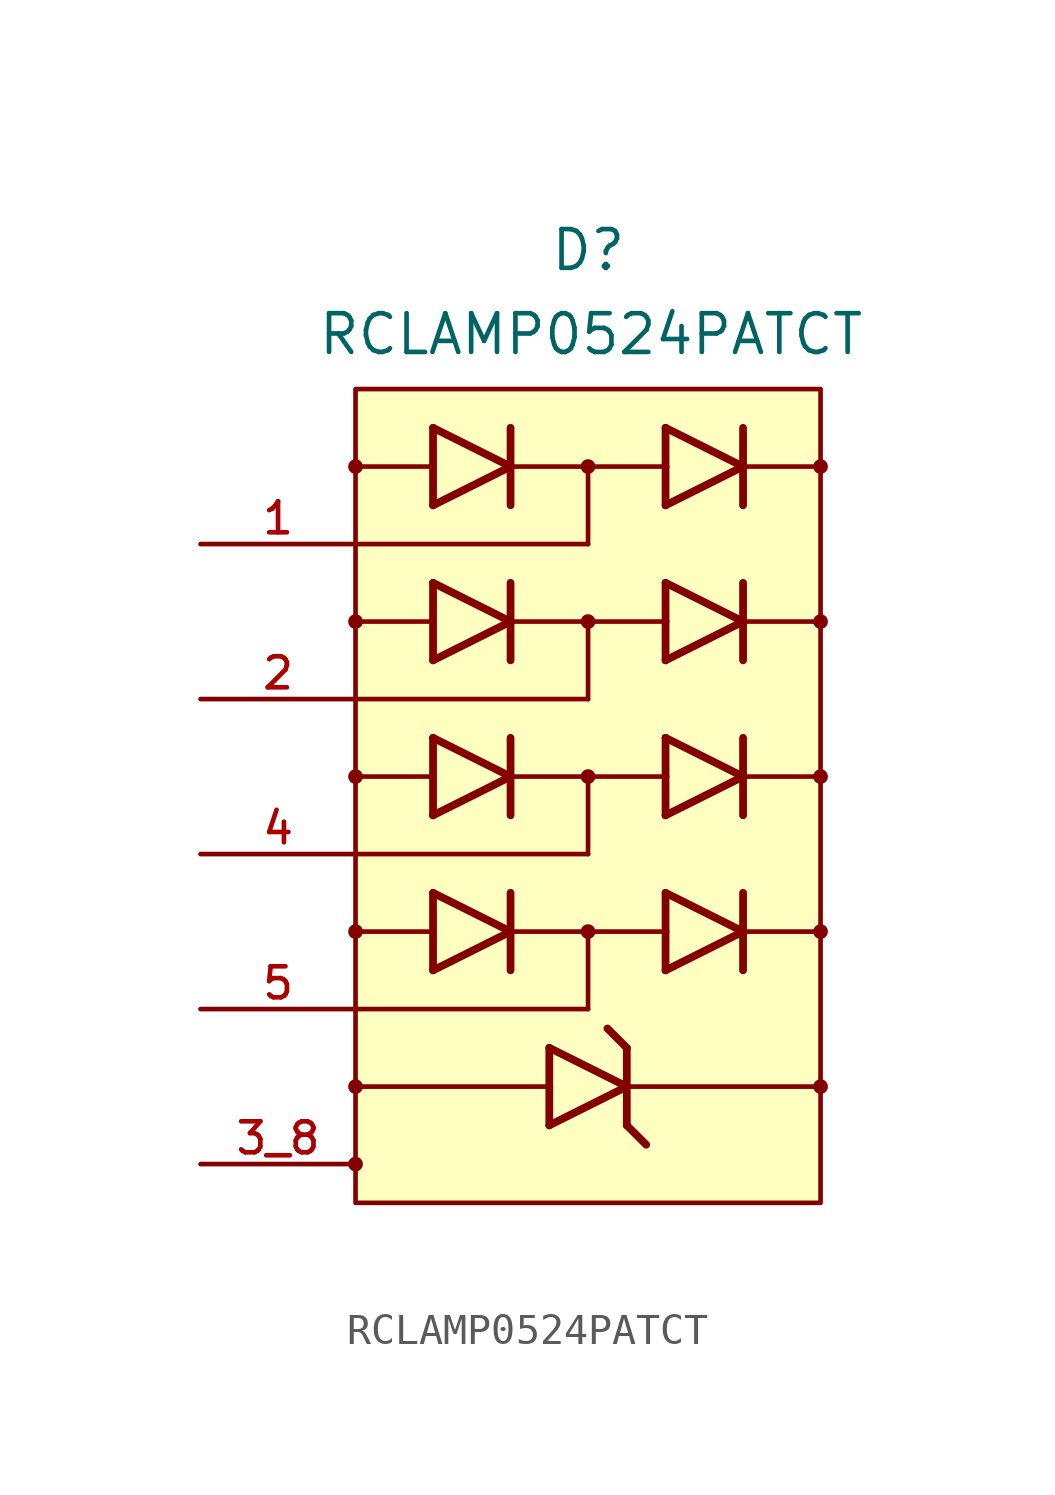
<source format=kicad_sym>
(kicad_symbol_lib
  (version 20220914)
  (generator kicad_symbol_editor)
  (symbol "RCLAMP0524PATCT"
    (pin_names
      (offset 1.016))
    (property "Reference" "D"
      (at -1.27 16.51 0)
      (effects (font (size 1.27 1.27)) (justify left bottom)))
    (property "Value" "RCLAMP0524PATCT"
      (at -8.89 15.24 0)
      (effects (font (size 1.27 1.27)) (justify left top)))
    (symbol "RCLAMP0524PATCT_0_0"
      (circle (center -7.62 -12.7) (radius 0.152) (stroke (width 0.178) (type default)) (fill (type none)))
      (circle (center -7.62 -10.16) (radius 0.152) (stroke (width 0.178) (type default)) (fill (type none)))
      (circle (center -7.62 -5.08) (radius 0.152) (stroke (width 0.178) (type default)) (fill (type none)))
      (circle (center -7.62 0) (radius 0.152) (stroke (width 0.178) (type default)) (fill (type none)))
      (circle (center -7.62 5.08) (radius 0.152) (stroke (width 0.178) (type default)) (fill (type none)))
      (circle (center -7.62 10.16) (radius 0.152) (stroke (width 0.178) (type default)) (fill (type none)))
      (rectangle (start -7.62 12.7) (end 7.62 -13.97) (stroke (width 0.152) (type default)) (fill (type background)))
      (circle (center 0 -5.08) (radius 0.152) (stroke (width 0.178) (type default)) (fill (type none)))
      (polyline (pts (xy -7.62 -10.16) (xy -1.27 -10.16)) (stroke (width 0.152) (type default)) (fill (type none)))
      (polyline (pts (xy -7.62 -5.08) (xy -5.08 -5.08)) (stroke (width 0.152) (type default)) (fill (type none)))
      (polyline (pts (xy -7.62 0) (xy -5.08 0)) (stroke (width 0.152) (type default)) (fill (type none)))
      (polyline (pts (xy -7.62 5.08) (xy -5.08 5.08)) (stroke (width 0.152) (type default)) (fill (type none)))
      (polyline (pts (xy -7.62 10.16) (xy -5.08 10.16)) (stroke (width 0.152) (type default)) (fill (type none)))
      (polyline (pts (xy -5.08 -6.35) (xy -2.54 -5.08)) (stroke (width 0.254) (type default)) (fill (type none)))
      (polyline (pts (xy -5.08 -3.81) (xy -5.08 -6.35)) (stroke (width 0.254) (type default)) (fill (type none)))
      (polyline (pts (xy -5.08 -1.27) (xy -2.54 0)) (stroke (width 0.254) (type default)) (fill (type none)))
      (polyline (pts (xy -5.08 1.27) (xy -5.08 -1.27)) (stroke (width 0.254) (type default)) (fill (type none)))
      (polyline (pts (xy -5.08 3.81) (xy -2.54 5.08)) (stroke (width 0.254) (type default)) (fill (type none)))
      (polyline (pts (xy -5.08 6.35) (xy -5.08 3.81)) (stroke (width 0.254) (type default)) (fill (type none)))
      (polyline (pts (xy -5.08 8.89) (xy -2.54 10.16)) (stroke (width 0.254) (type default)) (fill (type none)))
      (polyline (pts (xy -5.08 11.43) (xy -5.08 8.89)) (stroke (width 0.254) (type default)) (fill (type none)))
      (polyline (pts (xy -2.54 -5.08) (xy -5.08 -3.81)) (stroke (width 0.254) (type default)) (fill (type none)))
      (polyline (pts (xy -2.54 -5.08) (xy -2.54 -6.35)) (stroke (width 0.254) (type default)) (fill (type none)))
      (polyline (pts (xy -2.54 -5.08) (xy 0 -5.08)) (stroke (width 0.152) (type default)) (fill (type none)))
      (polyline (pts (xy -2.54 -3.81) (xy -2.54 -5.08)) (stroke (width 0.254) (type default)) (fill (type none)))
      (polyline (pts (xy -2.54 0) (xy -5.08 1.27)) (stroke (width 0.254) (type default)) (fill (type none)))
      (polyline (pts (xy -2.54 0) (xy -2.54 -1.27)) (stroke (width 0.254) (type default)) (fill (type none)))
      (polyline (pts (xy -2.54 0) (xy 0 0)) (stroke (width 0.152) (type default)) (fill (type none)))
      (polyline (pts (xy -2.54 1.27) (xy -2.54 0)) (stroke (width 0.254) (type default)) (fill (type none)))
      (polyline (pts (xy -2.54 5.08) (xy -5.08 6.35)) (stroke (width 0.254) (type default)) (fill (type none)))
      (polyline (pts (xy -2.54 5.08) (xy -2.54 3.81)) (stroke (width 0.254) (type default)) (fill (type none)))
      (polyline (pts (xy -2.54 5.08) (xy 0 5.08)) (stroke (width 0.152) (type default)) (fill (type none)))
      (polyline (pts (xy -2.54 6.35) (xy -2.54 5.08)) (stroke (width 0.254) (type default)) (fill (type none)))
      (polyline (pts (xy -2.54 10.16) (xy -5.08 11.43)) (stroke (width 0.254) (type default)) (fill (type none)))
      (polyline (pts (xy -2.54 10.16) (xy -2.54 8.89)) (stroke (width 0.254) (type default)) (fill (type none)))
      (polyline (pts (xy -2.54 10.16) (xy 0 10.16)) (stroke (width 0.152) (type default)) (fill (type none)))
      (polyline (pts (xy -2.54 11.43) (xy -2.54 10.16)) (stroke (width 0.254) (type default)) (fill (type none)))
      (polyline (pts (xy -1.27 -11.43) (xy 1.27 -10.16)) (stroke (width 0.254) (type default)) (fill (type none)))
      (polyline (pts (xy -1.27 -10.16) (xy -1.27 -11.43)) (stroke (width 0.254) (type default)) (fill (type none)))
      (polyline (pts (xy -1.27 -8.89) (xy -1.27 -10.16)) (stroke (width 0.254) (type default)) (fill (type none)))
      (polyline (pts (xy 0 -7.62) (xy -7.62 -7.62)) (stroke (width 0.152) (type default)) (fill (type none)))
      (polyline (pts (xy 0 -5.08) (xy 0 -7.62)) (stroke (width 0.152) (type default)) (fill (type none)))
      (polyline (pts (xy 0 -5.08) (xy 2.54 -5.08)) (stroke (width 0.152) (type default)) (fill (type none)))
      (polyline (pts (xy 0 -2.54) (xy -7.62 -2.54)) (stroke (width 0.152) (type default)) (fill (type none)))
      (polyline (pts (xy 0 0) (xy 0 -2.54)) (stroke (width 0.152) (type default)) (fill (type none)))
      (polyline (pts (xy 0 0) (xy 2.54 0)) (stroke (width 0.152) (type default)) (fill (type none)))
      (polyline (pts (xy 0 2.54) (xy -7.62 2.54)) (stroke (width 0.152) (type default)) (fill (type none)))
      (polyline (pts (xy 0 5.08) (xy 0 2.54)) (stroke (width 0.152) (type default)) (fill (type none)))
      (polyline (pts (xy 0 5.08) (xy 2.54 5.08)) (stroke (width 0.152) (type default)) (fill (type none)))
      (polyline (pts (xy 0 7.62) (xy -7.62 7.62)) (stroke (width 0.152) (type default)) (fill (type none)))
      (polyline (pts (xy 0 10.16) (xy 0 7.62)) (stroke (width 0.152) (type default)) (fill (type none)))
      (polyline (pts (xy 0 10.16) (xy 2.54 10.16)) (stroke (width 0.152) (type default)) (fill (type none)))
      (polyline (pts (xy 0.635 -8.255) (xy 1.27 -8.89)) (stroke (width 0.254) (type default)) (fill (type none)))
      (polyline (pts (xy 1.27 -11.43) (xy 1.905 -12.065)) (stroke (width 0.254) (type default)) (fill (type none)))
      (polyline (pts (xy 1.27 -10.16) (xy -1.27 -8.89)) (stroke (width 0.254) (type default)) (fill (type none)))
      (polyline (pts (xy 1.27 -10.16) (xy 1.27 -11.43)) (stroke (width 0.254) (type default)) (fill (type none)))
      (polyline (pts (xy 1.27 -10.16) (xy 7.62 -10.16)) (stroke (width 0.152) (type default)) (fill (type none)))
      (polyline (pts (xy 1.27 -8.89) (xy 1.27 -10.16)) (stroke (width 0.254) (type default)) (fill (type none)))
      (polyline (pts (xy 2.54 -6.35) (xy 5.08 -5.08)) (stroke (width 0.254) (type default)) (fill (type none)))
      (polyline (pts (xy 2.54 -5.08) (xy 2.54 -6.35)) (stroke (width 0.254) (type default)) (fill (type none)))
      (polyline (pts (xy 2.54 -3.81) (xy 2.54 -5.08)) (stroke (width 0.254) (type default)) (fill (type none)))
      (polyline (pts (xy 2.54 -1.27) (xy 5.08 0)) (stroke (width 0.254) (type default)) (fill (type none)))
      (polyline (pts (xy 2.54 0) (xy 2.54 -1.27)) (stroke (width 0.254) (type default)) (fill (type none)))
      (polyline (pts (xy 2.54 1.27) (xy 2.54 0)) (stroke (width 0.254) (type default)) (fill (type none)))
      (polyline (pts (xy 2.54 3.81) (xy 5.08 5.08)) (stroke (width 0.254) (type default)) (fill (type none)))
      (polyline (pts (xy 2.54 5.08) (xy 2.54 3.81)) (stroke (width 0.254) (type default)) (fill (type none)))
      (polyline (pts (xy 2.54 6.35) (xy 2.54 5.08)) (stroke (width 0.254) (type default)) (fill (type none)))
      (polyline (pts (xy 2.54 8.89) (xy 5.08 10.16)) (stroke (width 0.254) (type default)) (fill (type none)))
      (polyline (pts (xy 2.54 10.16) (xy 2.54 8.89)) (stroke (width 0.254) (type default)) (fill (type none)))
      (polyline (pts (xy 2.54 11.43) (xy 2.54 10.16)) (stroke (width 0.254) (type default)) (fill (type none)))
      (polyline (pts (xy 5.08 -5.08) (xy 2.54 -3.81)) (stroke (width 0.254) (type default)) (fill (type none)))
      (polyline (pts (xy 5.08 -5.08) (xy 5.08 -6.35)) (stroke (width 0.254) (type default)) (fill (type none)))
      (polyline (pts (xy 5.08 -5.08) (xy 7.62 -5.08)) (stroke (width 0.152) (type default)) (fill (type none)))
      (polyline (pts (xy 5.08 -3.81) (xy 5.08 -5.08)) (stroke (width 0.254) (type default)) (fill (type none)))
      (polyline (pts (xy 5.08 0) (xy 2.54 1.27)) (stroke (width 0.254) (type default)) (fill (type none)))
      (polyline (pts (xy 5.08 0) (xy 5.08 -1.27)) (stroke (width 0.254) (type default)) (fill (type none)))
      (polyline (pts (xy 5.08 0) (xy 7.62 0)) (stroke (width 0.152) (type default)) (fill (type none)))
      (polyline (pts (xy 5.08 1.27) (xy 5.08 0)) (stroke (width 0.254) (type default)) (fill (type none)))
      (polyline (pts (xy 5.08 5.08) (xy 2.54 6.35)) (stroke (width 0.254) (type default)) (fill (type none)))
      (polyline (pts (xy 5.08 5.08) (xy 5.08 3.81)) (stroke (width 0.254) (type default)) (fill (type none)))
      (polyline (pts (xy 5.08 5.08) (xy 7.62 5.08)) (stroke (width 0.152) (type default)) (fill (type none)))
      (polyline (pts (xy 5.08 6.35) (xy 5.08 5.08)) (stroke (width 0.254) (type default)) (fill (type none)))
      (polyline (pts (xy 5.08 10.16) (xy 2.54 11.43)) (stroke (width 0.254) (type default)) (fill (type none)))
      (polyline (pts (xy 5.08 10.16) (xy 5.08 8.89)) (stroke (width 0.254) (type default)) (fill (type none)))
      (polyline (pts (xy 5.08 10.16) (xy 7.62 10.16)) (stroke (width 0.152) (type default)) (fill (type none)))
      (polyline (pts (xy 5.08 11.43) (xy 5.08 10.16)) (stroke (width 0.254) (type default)) (fill (type none)))
      (circle (center 0 0) (radius 0.152) (stroke (width 0.178) (type default)) (fill (type none)))
      (circle (center 0 5.08) (radius 0.152) (stroke (width 0.178) (type default)) (fill (type none)))
      (circle (center 0 10.16) (radius 0.152) (stroke (width 0.178) (type default)) (fill (type none)))
      (circle (center 7.62 -10.16) (radius 0.152) (stroke (width 0.178) (type default)) (fill (type none)))
      (circle (center 7.62 -5.08) (radius 0.152) (stroke (width 0.178) (type default)) (fill (type none)))
      (circle (center 7.62 0) (radius 0.152) (stroke (width 0.178) (type default)) (fill (type none)))
      (circle (center 7.62 5.08) (radius 0.152) (stroke (width 0.178) (type default)) (fill (type none)))
      (circle (center 7.62 10.16) (radius 0.152) (stroke (width 0.178) (type default)) (fill (type none)))
      (pin input line (at -12.7 7.62 0) (length 5.08) (name "~" (effects (font (size 1.016 1.016)))) (number "1" (effects (font (size 1.016 1.016)))))
      (pin output line (at -12.7 7.62 0) (length 5.08) hide (name "~" (effects (font (size 1.016 1.016)))) (number "10" (effects (font (size 1.016 1.016)))))
      (pin input line (at -12.7 2.54 0) (length 5.08) (name "~" (effects (font (size 1.016 1.016)))) (number "2" (effects (font (size 1.016 1.016)))))
      (pin power_in line (at -12.7 -12.7 0) (length 5.08) (name "~" (effects (font (size 1.016 1.016)))) (number "3_8" (effects (font (size 1.016 1.016)))))
      (pin input line (at -12.7 -2.54 0) (length 5.08) (name "~" (effects (font (size 1.016 1.016)))) (number "4" (effects (font (size 1.016 1.016)))))
      (pin input line (at -12.7 -7.62 0) (length 5.08) (name "~" (effects (font (size 1.016 1.016)))) (number "5" (effects (font (size 1.016 1.016)))))
      (pin output line (at -12.7 -7.62 0) (length 5.08) hide (name "~" (effects (font (size 1.016 1.016)))) (number "6" (effects (font (size 1.016 1.016)))))
      (pin output line (at -12.7 -2.54 0) (length 5.08) hide (name "~" (effects (font (size 1.016 1.016)))) (number "7" (effects (font (size 1.016 1.016)))))
      (pin output line (at -12.7 2.54 0) (length 5.08) hide (name "~" (effects (font (size 1.016 1.016)))) (number "9" (effects (font (size 1.016 1.016))))))))
</source>
